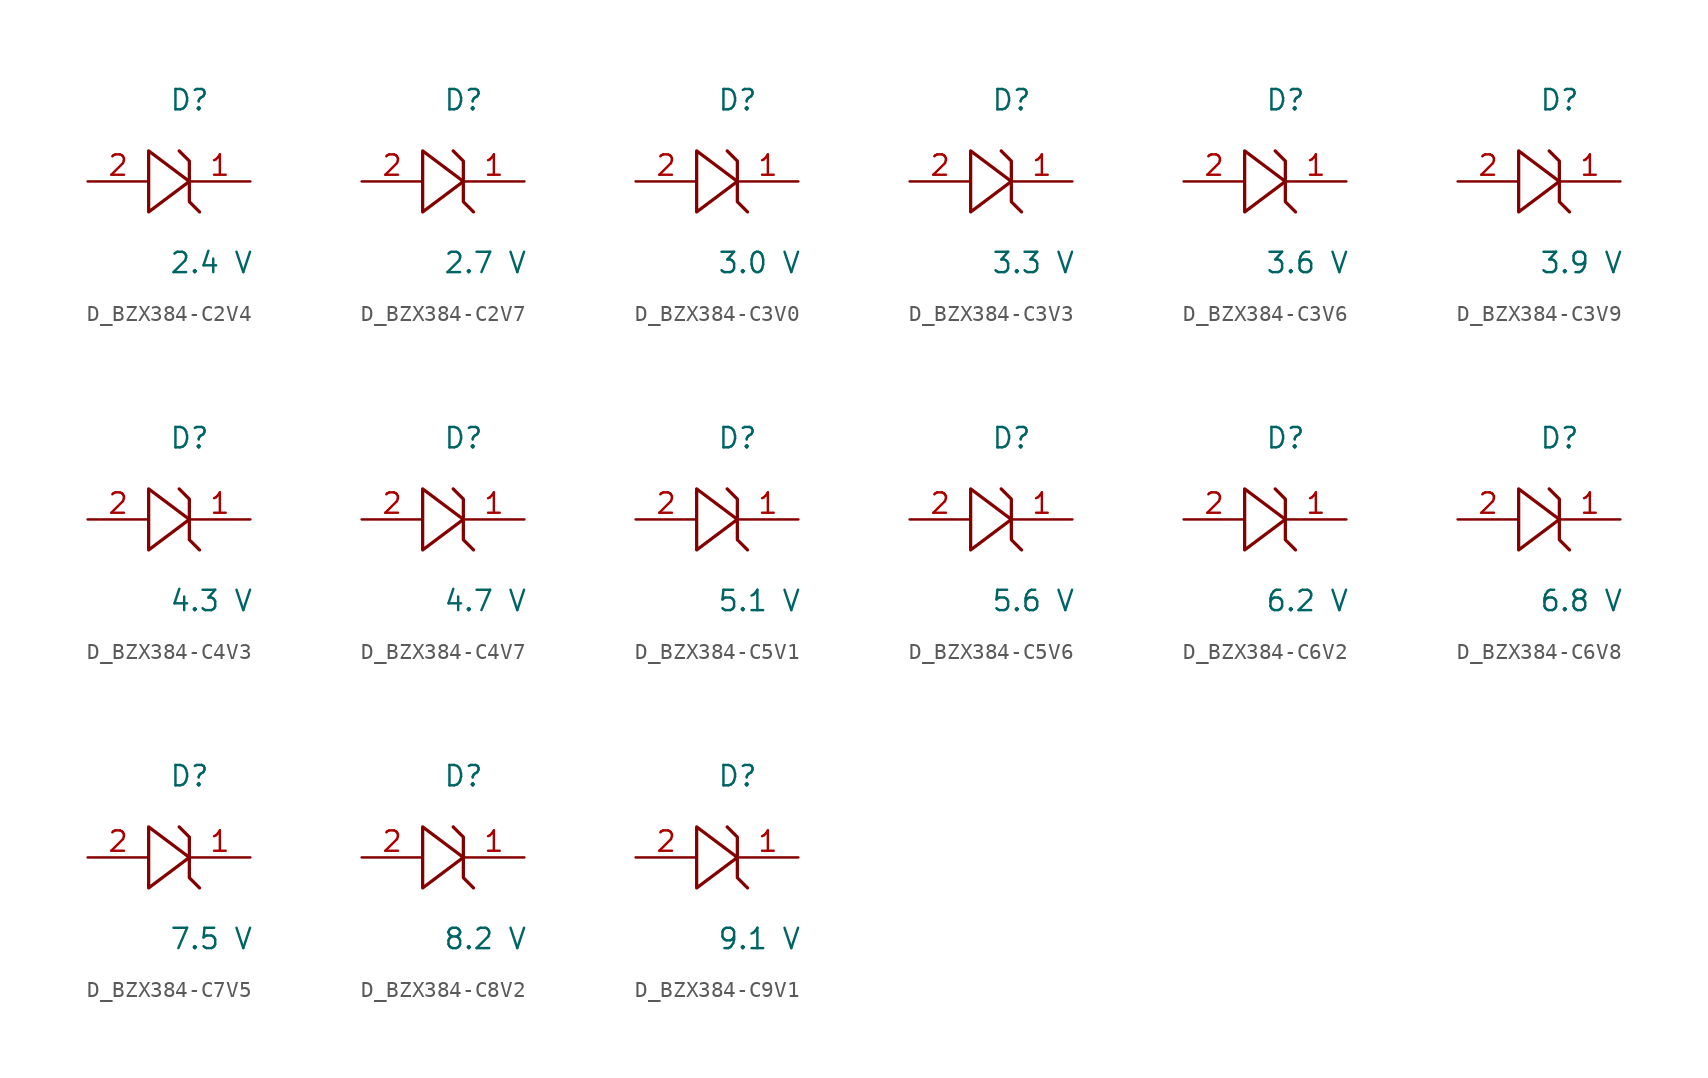
<source format=kicad_sym>
(kicad_symbol_lib
  (version 20231120)
  (generator kicad_symbol_editor)
  (generator_version 8.0)
  (symbol "D_BZX384-C2V4"
    (pin_names
      (offset 0.254))
    (property "Reference" "D"
      (at 0.0 5.08 0)
      (effects (font (size 1.27 1.27)) (justify left)))
    (property "Value" "2.4 V"
      (at 0.0 -5.08 0)
      (effects (font (size 1.27 1.27)) (justify left)))
    (symbol "D_BZX384-C2V4_1_0"
      (polyline (pts (xy 0.635 1.905) (xy 1.27 1.27) (xy 1.27 0) (xy -1.27 1.905) (xy -1.27 -1.905) (xy 1.27 0) (xy 1.27 -1.27) (xy 1.905 -1.905)) (stroke (width 0.203) (type default)) (fill (type none)))
      (pin unspecified line (at 5.08 0 180) (length 3.81) (name "" (effects (font (size 1.27 1.27)))) (number "1" (effects (font (size 1.27 1.27)))))
      (pin unspecified line (at -5.08 0 0) (length 3.81) (name "" (effects (font (size 1.27 1.27)))) (number "2" (effects (font (size 1.27 1.27)))))))
  (symbol "D_BZX384-C2V7"
    (pin_names
      (offset 0.254))
    (property "Reference" "D"
      (at 0.0 5.08 0)
      (effects (font (size 1.27 1.27)) (justify left)))
    (property "Value" "2.7 V"
      (at 0.0 -5.08 0)
      (effects (font (size 1.27 1.27)) (justify left)))
    (symbol "D_BZX384-C2V7_1_0"
      (polyline (pts (xy 0.635 1.905) (xy 1.27 1.27) (xy 1.27 0) (xy -1.27 1.905) (xy -1.27 -1.905) (xy 1.27 0) (xy 1.27 -1.27) (xy 1.905 -1.905)) (stroke (width 0.203) (type default)) (fill (type none)))
      (pin unspecified line (at 5.08 0 180) (length 3.81) (name "" (effects (font (size 1.27 1.27)))) (number "1" (effects (font (size 1.27 1.27)))))
      (pin unspecified line (at -5.08 0 0) (length 3.81) (name "" (effects (font (size 1.27 1.27)))) (number "2" (effects (font (size 1.27 1.27)))))))
  (symbol "D_BZX384-C3V0"
    (pin_names
      (offset 0.254))
    (property "Reference" "D"
      (at 0.0 5.08 0)
      (effects (font (size 1.27 1.27)) (justify left)))
    (property "Value" "3.0 V"
      (at 0.0 -5.08 0)
      (effects (font (size 1.27 1.27)) (justify left)))
    (symbol "D_BZX384-C3V0_1_0"
      (polyline (pts (xy 0.635 1.905) (xy 1.27 1.27) (xy 1.27 0) (xy -1.27 1.905) (xy -1.27 -1.905) (xy 1.27 0) (xy 1.27 -1.27) (xy 1.905 -1.905)) (stroke (width 0.203) (type default)) (fill (type none)))
      (pin unspecified line (at 5.08 0 180) (length 3.81) (name "" (effects (font (size 1.27 1.27)))) (number "1" (effects (font (size 1.27 1.27)))))
      (pin unspecified line (at -5.08 0 0) (length 3.81) (name "" (effects (font (size 1.27 1.27)))) (number "2" (effects (font (size 1.27 1.27)))))))
  (symbol "D_BZX384-C3V3"
    (pin_names
      (offset 0.254))
    (property "Reference" "D"
      (at 0.0 5.08 0)
      (effects (font (size 1.27 1.27)) (justify left)))
    (property "Value" "3.3 V"
      (at 0.0 -5.08 0)
      (effects (font (size 1.27 1.27)) (justify left)))
    (symbol "D_BZX384-C3V3_1_0"
      (polyline (pts (xy 0.635 1.905) (xy 1.27 1.27) (xy 1.27 0) (xy -1.27 1.905) (xy -1.27 -1.905) (xy 1.27 0) (xy 1.27 -1.27) (xy 1.905 -1.905)) (stroke (width 0.203) (type default)) (fill (type none)))
      (pin unspecified line (at 5.08 0 180) (length 3.81) (name "" (effects (font (size 1.27 1.27)))) (number "1" (effects (font (size 1.27 1.27)))))
      (pin unspecified line (at -5.08 0 0) (length 3.81) (name "" (effects (font (size 1.27 1.27)))) (number "2" (effects (font (size 1.27 1.27)))))))
  (symbol "D_BZX384-C3V6"
    (pin_names
      (offset 0.254))
    (property "Reference" "D"
      (at 0.0 5.08 0)
      (effects (font (size 1.27 1.27)) (justify left)))
    (property "Value" "3.6 V"
      (at 0.0 -5.08 0)
      (effects (font (size 1.27 1.27)) (justify left)))
    (symbol "D_BZX384-C3V6_1_0"
      (polyline (pts (xy 0.635 1.905) (xy 1.27 1.27) (xy 1.27 0) (xy -1.27 1.905) (xy -1.27 -1.905) (xy 1.27 0) (xy 1.27 -1.27) (xy 1.905 -1.905)) (stroke (width 0.203) (type default)) (fill (type none)))
      (pin unspecified line (at 5.08 0 180) (length 3.81) (name "" (effects (font (size 1.27 1.27)))) (number "1" (effects (font (size 1.27 1.27)))))
      (pin unspecified line (at -5.08 0 0) (length 3.81) (name "" (effects (font (size 1.27 1.27)))) (number "2" (effects (font (size 1.27 1.27)))))))
  (symbol "D_BZX384-C3V9"
    (pin_names
      (offset 0.254))
    (property "Reference" "D"
      (at 0.0 5.08 0)
      (effects (font (size 1.27 1.27)) (justify left)))
    (property "Value" "3.9 V"
      (at 0.0 -5.08 0)
      (effects (font (size 1.27 1.27)) (justify left)))
    (symbol "D_BZX384-C3V9_1_0"
      (polyline (pts (xy 0.635 1.905) (xy 1.27 1.27) (xy 1.27 0) (xy -1.27 1.905) (xy -1.27 -1.905) (xy 1.27 0) (xy 1.27 -1.27) (xy 1.905 -1.905)) (stroke (width 0.203) (type default)) (fill (type none)))
      (pin unspecified line (at 5.08 0 180) (length 3.81) (name "" (effects (font (size 1.27 1.27)))) (number "1" (effects (font (size 1.27 1.27)))))
      (pin unspecified line (at -5.08 0 0) (length 3.81) (name "" (effects (font (size 1.27 1.27)))) (number "2" (effects (font (size 1.27 1.27)))))))
  (symbol "D_BZX384-C4V3"
    (pin_names
      (offset 0.254))
    (property "Reference" "D"
      (at 0.0 5.08 0)
      (effects (font (size 1.27 1.27)) (justify left)))
    (property "Value" "4.3 V"
      (at 0.0 -5.08 0)
      (effects (font (size 1.27 1.27)) (justify left)))
    (symbol "D_BZX384-C4V3_1_0"
      (polyline (pts (xy 0.635 1.905) (xy 1.27 1.27) (xy 1.27 0) (xy -1.27 1.905) (xy -1.27 -1.905) (xy 1.27 0) (xy 1.27 -1.27) (xy 1.905 -1.905)) (stroke (width 0.203) (type default)) (fill (type none)))
      (pin unspecified line (at 5.08 0 180) (length 3.81) (name "" (effects (font (size 1.27 1.27)))) (number "1" (effects (font (size 1.27 1.27)))))
      (pin unspecified line (at -5.08 0 0) (length 3.81) (name "" (effects (font (size 1.27 1.27)))) (number "2" (effects (font (size 1.27 1.27)))))))
  (symbol "D_BZX384-C4V7"
    (pin_names
      (offset 0.254))
    (property "Reference" "D"
      (at 0.0 5.08 0)
      (effects (font (size 1.27 1.27)) (justify left)))
    (property "Value" "4.7 V"
      (at 0.0 -5.08 0)
      (effects (font (size 1.27 1.27)) (justify left)))
    (symbol "D_BZX384-C4V7_1_0"
      (polyline (pts (xy 0.635 1.905) (xy 1.27 1.27) (xy 1.27 0) (xy -1.27 1.905) (xy -1.27 -1.905) (xy 1.27 0) (xy 1.27 -1.27) (xy 1.905 -1.905)) (stroke (width 0.203) (type default)) (fill (type none)))
      (pin unspecified line (at 5.08 0 180) (length 3.81) (name "" (effects (font (size 1.27 1.27)))) (number "1" (effects (font (size 1.27 1.27)))))
      (pin unspecified line (at -5.08 0 0) (length 3.81) (name "" (effects (font (size 1.27 1.27)))) (number "2" (effects (font (size 1.27 1.27)))))))
  (symbol "D_BZX384-C5V1"
    (pin_names
      (offset 0.254))
    (property "Reference" "D"
      (at 0.0 5.08 0)
      (effects (font (size 1.27 1.27)) (justify left)))
    (property "Value" "5.1 V"
      (at 0.0 -5.08 0)
      (effects (font (size 1.27 1.27)) (justify left)))
    (symbol "D_BZX384-C5V1_1_0"
      (polyline (pts (xy 0.635 1.905) (xy 1.27 1.27) (xy 1.27 0) (xy -1.27 1.905) (xy -1.27 -1.905) (xy 1.27 0) (xy 1.27 -1.27) (xy 1.905 -1.905)) (stroke (width 0.203) (type default)) (fill (type none)))
      (pin unspecified line (at 5.08 0 180) (length 3.81) (name "" (effects (font (size 1.27 1.27)))) (number "1" (effects (font (size 1.27 1.27)))))
      (pin unspecified line (at -5.08 0 0) (length 3.81) (name "" (effects (font (size 1.27 1.27)))) (number "2" (effects (font (size 1.27 1.27)))))))
  (symbol "D_BZX384-C5V6"
    (pin_names
      (offset 0.254))
    (property "Reference" "D"
      (at 0.0 5.08 0)
      (effects (font (size 1.27 1.27)) (justify left)))
    (property "Value" "5.6 V"
      (at 0.0 -5.08 0)
      (effects (font (size 1.27 1.27)) (justify left)))
    (symbol "D_BZX384-C5V6_1_0"
      (polyline (pts (xy 0.635 1.905) (xy 1.27 1.27) (xy 1.27 0) (xy -1.27 1.905) (xy -1.27 -1.905) (xy 1.27 0) (xy 1.27 -1.27) (xy 1.905 -1.905)) (stroke (width 0.203) (type default)) (fill (type none)))
      (pin unspecified line (at 5.08 0 180) (length 3.81) (name "" (effects (font (size 1.27 1.27)))) (number "1" (effects (font (size 1.27 1.27)))))
      (pin unspecified line (at -5.08 0 0) (length 3.81) (name "" (effects (font (size 1.27 1.27)))) (number "2" (effects (font (size 1.27 1.27)))))))
  (symbol "D_BZX384-C6V2"
    (pin_names
      (offset 0.254))
    (property "Reference" "D"
      (at 0.0 5.08 0)
      (effects (font (size 1.27 1.27)) (justify left)))
    (property "Value" "6.2 V"
      (at 0.0 -5.08 0)
      (effects (font (size 1.27 1.27)) (justify left)))
    (symbol "D_BZX384-C6V2_1_0"
      (polyline (pts (xy 0.635 1.905) (xy 1.27 1.27) (xy 1.27 0) (xy -1.27 1.905) (xy -1.27 -1.905) (xy 1.27 0) (xy 1.27 -1.27) (xy 1.905 -1.905)) (stroke (width 0.203) (type default)) (fill (type none)))
      (pin unspecified line (at 5.08 0 180) (length 3.81) (name "" (effects (font (size 1.27 1.27)))) (number "1" (effects (font (size 1.27 1.27)))))
      (pin unspecified line (at -5.08 0 0) (length 3.81) (name "" (effects (font (size 1.27 1.27)))) (number "2" (effects (font (size 1.27 1.27)))))))
  (symbol "D_BZX384-C6V8"
    (pin_names
      (offset 0.254))
    (property "Reference" "D"
      (at 0.0 5.08 0)
      (effects (font (size 1.27 1.27)) (justify left)))
    (property "Value" "6.8 V"
      (at 0.0 -5.08 0)
      (effects (font (size 1.27 1.27)) (justify left)))
    (symbol "D_BZX384-C6V8_1_0"
      (polyline (pts (xy 0.635 1.905) (xy 1.27 1.27) (xy 1.27 0) (xy -1.27 1.905) (xy -1.27 -1.905) (xy 1.27 0) (xy 1.27 -1.27) (xy 1.905 -1.905)) (stroke (width 0.203) (type default)) (fill (type none)))
      (pin unspecified line (at 5.08 0 180) (length 3.81) (name "" (effects (font (size 1.27 1.27)))) (number "1" (effects (font (size 1.27 1.27)))))
      (pin unspecified line (at -5.08 0 0) (length 3.81) (name "" (effects (font (size 1.27 1.27)))) (number "2" (effects (font (size 1.27 1.27)))))))
  (symbol "D_BZX384-C7V5"
    (pin_names
      (offset 0.254))
    (property "Reference" "D"
      (at 0.0 5.08 0)
      (effects (font (size 1.27 1.27)) (justify left)))
    (property "Value" "7.5 V"
      (at 0.0 -5.08 0)
      (effects (font (size 1.27 1.27)) (justify left)))
    (symbol "D_BZX384-C7V5_1_0"
      (polyline (pts (xy 0.635 1.905) (xy 1.27 1.27) (xy 1.27 0) (xy -1.27 1.905) (xy -1.27 -1.905) (xy 1.27 0) (xy 1.27 -1.27) (xy 1.905 -1.905)) (stroke (width 0.203) (type default)) (fill (type none)))
      (pin unspecified line (at 5.08 0 180) (length 3.81) (name "" (effects (font (size 1.27 1.27)))) (number "1" (effects (font (size 1.27 1.27)))))
      (pin unspecified line (at -5.08 0 0) (length 3.81) (name "" (effects (font (size 1.27 1.27)))) (number "2" (effects (font (size 1.27 1.27)))))))
  (symbol "D_BZX384-C8V2"
    (pin_names
      (offset 0.254))
    (property "Reference" "D"
      (at 0.0 5.08 0)
      (effects (font (size 1.27 1.27)) (justify left)))
    (property "Value" "8.2 V"
      (at 0.0 -5.08 0)
      (effects (font (size 1.27 1.27)) (justify left)))
    (symbol "D_BZX384-C8V2_1_0"
      (polyline (pts (xy 0.635 1.905) (xy 1.27 1.27) (xy 1.27 0) (xy -1.27 1.905) (xy -1.27 -1.905) (xy 1.27 0) (xy 1.27 -1.27) (xy 1.905 -1.905)) (stroke (width 0.203) (type default)) (fill (type none)))
      (pin unspecified line (at 5.08 0 180) (length 3.81) (name "" (effects (font (size 1.27 1.27)))) (number "1" (effects (font (size 1.27 1.27)))))
      (pin unspecified line (at -5.08 0 0) (length 3.81) (name "" (effects (font (size 1.27 1.27)))) (number "2" (effects (font (size 1.27 1.27)))))))
  (symbol "D_BZX384-C9V1"
    (pin_names
      (offset 0.254))
    (property "Reference" "D"
      (at 0.0 5.08 0)
      (effects (font (size 1.27 1.27)) (justify left)))
    (property "Value" "9.1 V"
      (at 0.0 -5.08 0)
      (effects (font (size 1.27 1.27)) (justify left)))
    (symbol "D_BZX384-C9V1_1_0"
      (polyline (pts (xy 0.635 1.905) (xy 1.27 1.27) (xy 1.27 0) (xy -1.27 1.905) (xy -1.27 -1.905) (xy 1.27 0) (xy 1.27 -1.27) (xy 1.905 -1.905)) (stroke (width 0.203) (type default)) (fill (type none)))
      (pin unspecified line (at 5.08 0 180) (length 3.81) (name "" (effects (font (size 1.27 1.27)))) (number "1" (effects (font (size 1.27 1.27)))))
      (pin unspecified line (at -5.08 0 0) (length 3.81) (name "" (effects (font (size 1.27 1.27)))) (number "2" (effects (font (size 1.27 1.27))))))))
</source>
